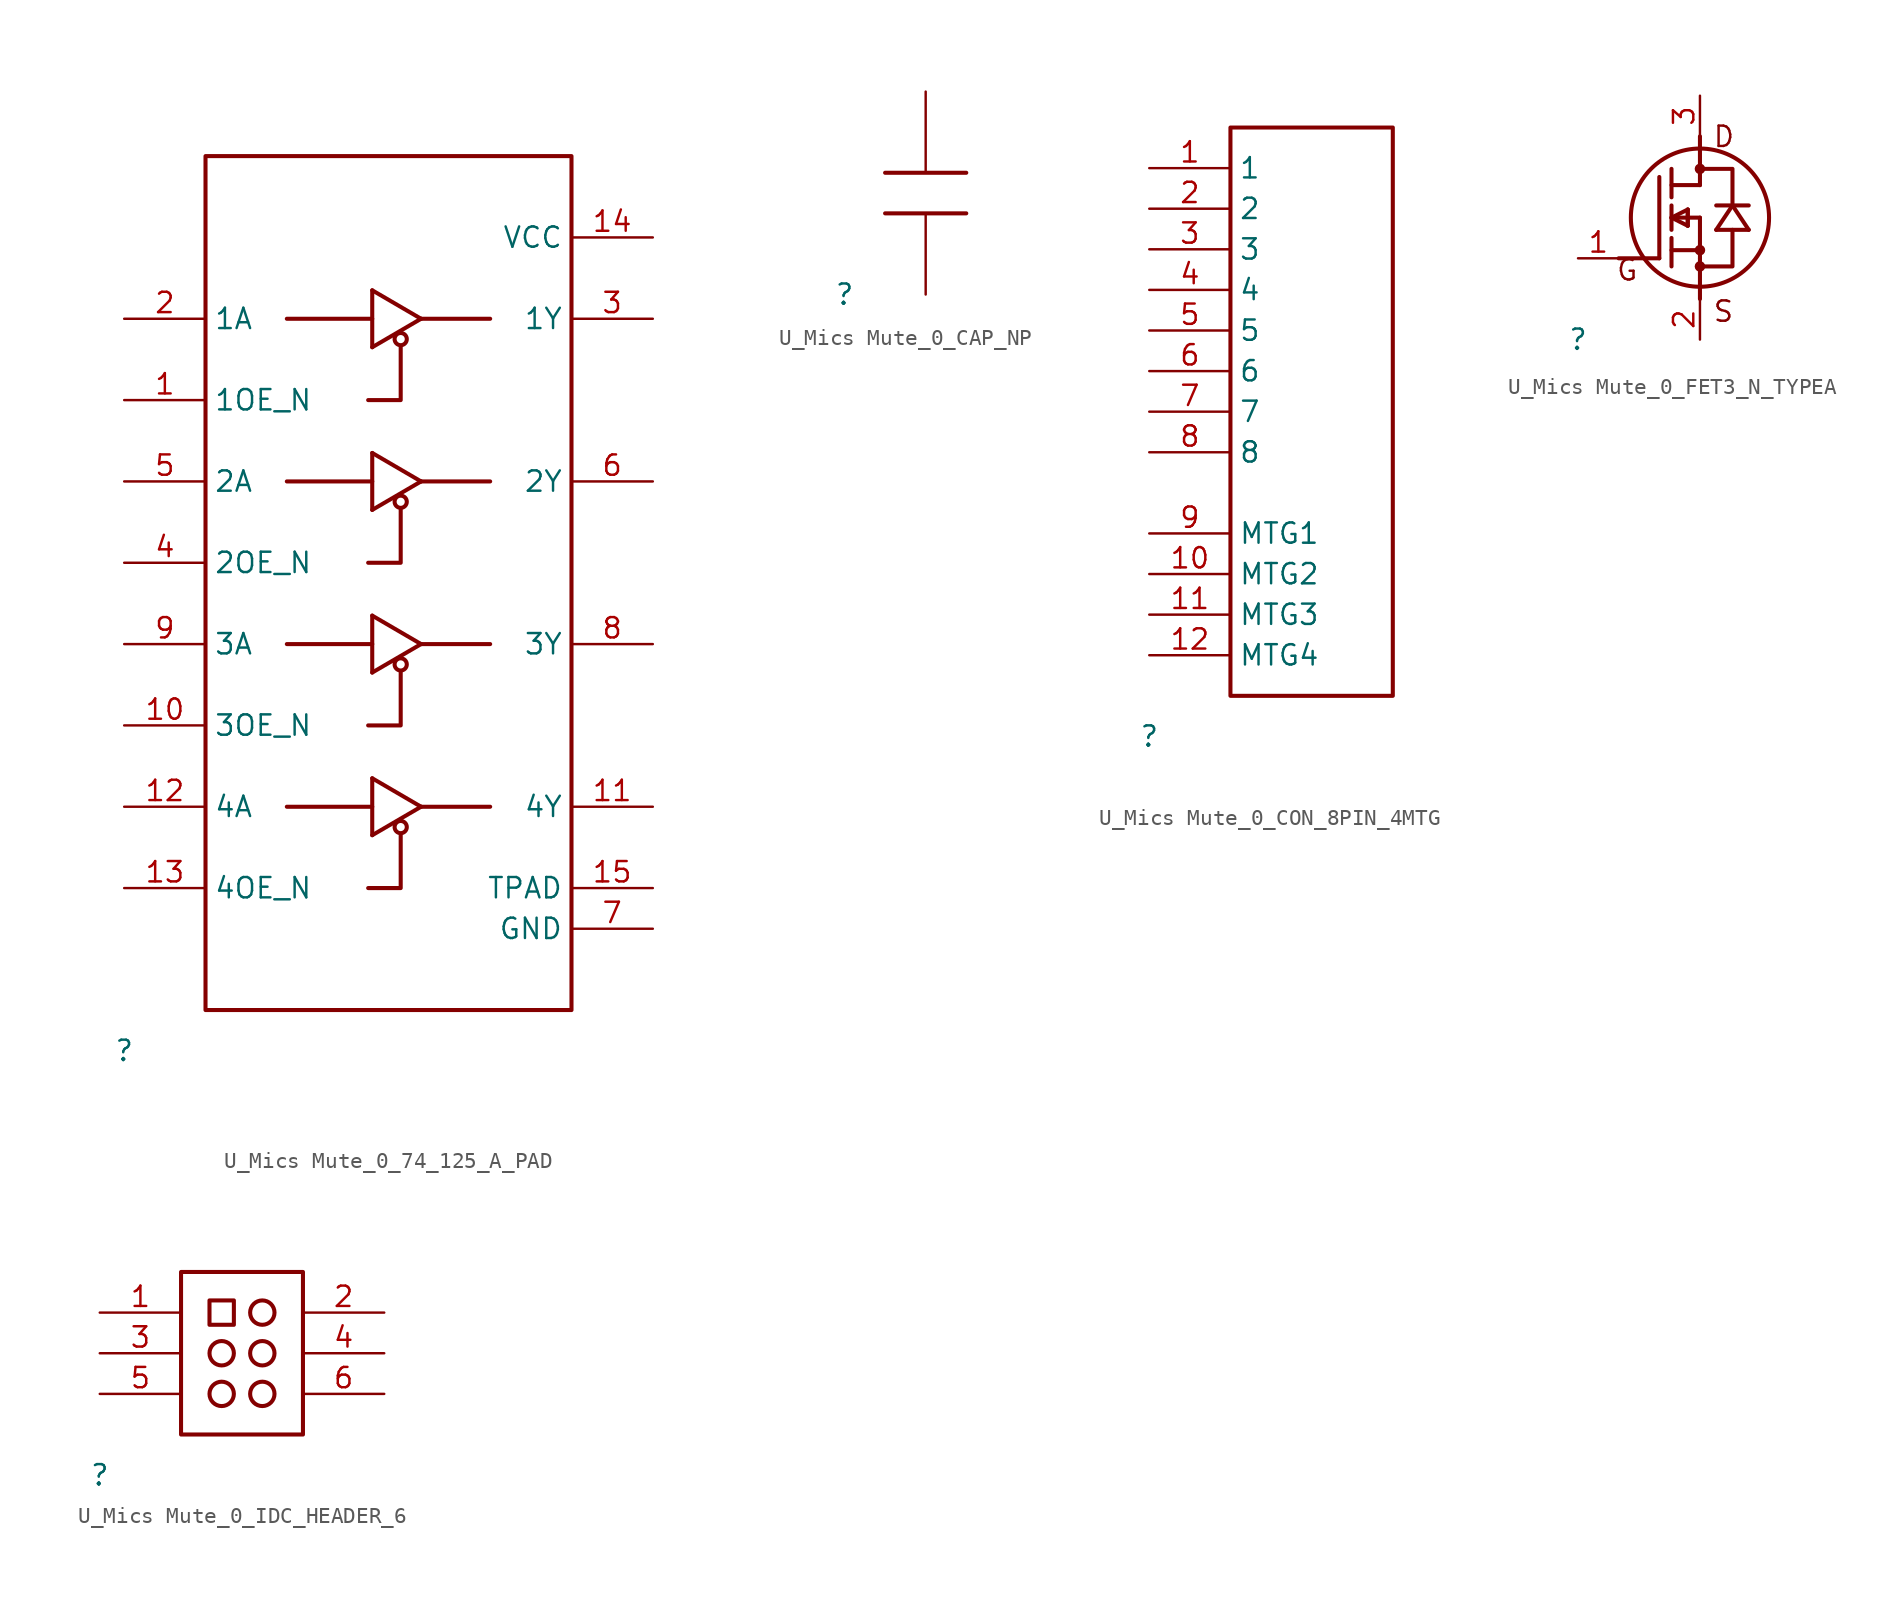
<source format=kicad_sym>
(kicad_symbol_lib
  (version 20231120)
  (generator "kicad_symbol_editor")
  (generator_version "8.0")
  (symbol "U_Mics Mute_0_74_125_A_PAD"
    (property "Reference" ""
      (at 0 0 0)
      (effects (font (size 1.27 1.27))))
    (property "Value" ""
      (at 0 0 0)
      (effects (font (size 1.27 1.27))))
    (symbol "U_Mics Mute_0_74_125_A_PAD_1_0"
      (polyline (pts (xy 10.16 15.24) (xy 15.494 15.24)) (stroke (width 0.254) (type solid)) (fill (type none)))
      (polyline (pts (xy 10.16 25.4) (xy 15.494 25.4)) (stroke (width 0.254) (type solid)) (fill (type none)))
      (polyline (pts (xy 10.16 35.56) (xy 15.494 35.56)) (stroke (width 0.254) (type solid)) (fill (type none)))
      (polyline (pts (xy 10.16 45.72) (xy 15.494 45.72)) (stroke (width 0.254) (type solid)) (fill (type none)))
      (polyline (pts (xy 15.494 13.462) (xy 15.494 17.018)) (stroke (width 0.254) (type solid)) (fill (type none)))
      (polyline (pts (xy 15.494 17.018) (xy 18.542 15.24)) (stroke (width 0.254) (type solid)) (fill (type none)))
      (polyline (pts (xy 15.494 23.622) (xy 15.494 27.178)) (stroke (width 0.254) (type solid)) (fill (type none)))
      (polyline (pts (xy 15.494 27.178) (xy 18.542 25.4)) (stroke (width 0.254) (type solid)) (fill (type none)))
      (polyline (pts (xy 15.494 33.782) (xy 15.494 37.338)) (stroke (width 0.254) (type solid)) (fill (type none)))
      (polyline (pts (xy 15.494 37.338) (xy 18.542 35.56)) (stroke (width 0.254) (type solid)) (fill (type none)))
      (polyline (pts (xy 15.494 43.942) (xy 15.494 47.498)) (stroke (width 0.254) (type solid)) (fill (type none)))
      (polyline (pts (xy 15.494 47.498) (xy 18.542 45.72)) (stroke (width 0.254) (type solid)) (fill (type none)))
      (polyline (pts (xy 18.542 15.24) (xy 15.494 13.462)) (stroke (width 0.254) (type solid)) (fill (type none)))
      (polyline (pts (xy 18.542 15.24) (xy 22.86 15.24)) (stroke (width 0.254) (type solid)) (fill (type none)))
      (polyline (pts (xy 18.542 25.4) (xy 15.494 23.622)) (stroke (width 0.254) (type solid)) (fill (type none)))
      (polyline (pts (xy 18.542 25.4) (xy 22.86 25.4)) (stroke (width 0.254) (type solid)) (fill (type none)))
      (polyline (pts (xy 18.542 35.56) (xy 15.494 33.782)) (stroke (width 0.254) (type solid)) (fill (type none)))
      (polyline (pts (xy 18.542 35.56) (xy 22.86 35.56)) (stroke (width 0.254) (type solid)) (fill (type none)))
      (polyline (pts (xy 18.542 45.72) (xy 15.494 43.942)) (stroke (width 0.254) (type solid)) (fill (type none)))
      (polyline (pts (xy 18.542 45.72) (xy 22.86 45.72)) (stroke (width 0.254) (type solid)) (fill (type none)))
      (polyline (pts (xy 17.272 13.462) (xy 17.272 10.16) (xy 15.24 10.16)) (stroke (width 0.254) (type solid)) (fill (type none)))
      (polyline (pts (xy 17.272 23.622) (xy 17.272 20.32) (xy 15.24 20.32)) (stroke (width 0.254) (type solid)) (fill (type none)))
      (polyline (pts (xy 17.272 33.782) (xy 17.272 30.48) (xy 15.24 30.48)) (stroke (width 0.254) (type solid)) (fill (type none)))
      (polyline (pts (xy 17.272 43.942) (xy 17.272 40.64) (xy 15.24 40.64)) (stroke (width 0.254) (type solid)) (fill (type none)))
      (polyline (pts (xy 5.08 2.54) (xy 27.94 2.54) (xy 27.94 55.88) (xy 5.08 55.88) (xy 5.08 2.54)) (stroke (width 0.254) (type solid)) (fill (type none)))
      (circle (center 17.272 13.97) (radius 0.381) (stroke (width 0.254) (type solid)) (fill (type none)))
      (circle (center 17.272 24.13) (radius 0.381) (stroke (width 0.254) (type solid)) (fill (type none)))
      (circle (center 17.272 34.29) (radius 0.381) (stroke (width 0.254) (type solid)) (fill (type none)))
      (circle (center 17.272 44.45) (radius 0.381) (stroke (width 0.254) (type solid)) (fill (type none)))
      (pin input line (at 0 40.64 0) (length 5.08) (name "1OE_N" (effects (font (size 1.27 1.27)))) (number "1" (effects (font (size 1.27 1.27)))))
      (pin input line (at 0 20.32 0) (length 5.08) (name "3OE_N" (effects (font (size 1.27 1.27)))) (number "10" (effects (font (size 1.27 1.27)))))
      (pin output line (at 33.02 15.24 180) (length 5.08) (name "4Y" (effects (font (size 1.27 1.27)))) (number "11" (effects (font (size 1.27 1.27)))))
      (pin input line (at 0 15.24 0) (length 5.08) (name "4A" (effects (font (size 1.27 1.27)))) (number "12" (effects (font (size 1.27 1.27)))))
      (pin input line (at 0 10.16 0) (length 5.08) (name "4OE_N" (effects (font (size 1.27 1.27)))) (number "13" (effects (font (size 1.27 1.27)))))
      (pin power_in line (at 33.02 50.8 180) (length 5.08) (name "VCC" (effects (font (size 1.27 1.27)))) (number "14" (effects (font (size 1.27 1.27)))))
      (pin passive line (at 33.02 10.16 180) (length 5.08) (name "TPAD" (effects (font (size 1.27 1.27)))) (number "15" (effects (font (size 1.27 1.27)))))
      (pin input line (at 0 45.72 0) (length 5.08) (name "1A" (effects (font (size 1.27 1.27)))) (number "2" (effects (font (size 1.27 1.27)))))
      (pin output line (at 33.02 45.72 180) (length 5.08) (name "1Y" (effects (font (size 1.27 1.27)))) (number "3" (effects (font (size 1.27 1.27)))))
      (pin input line (at 0 30.48 0) (length 5.08) (name "2OE_N" (effects (font (size 1.27 1.27)))) (number "4" (effects (font (size 1.27 1.27)))))
      (pin input line (at 0 35.56 0) (length 5.08) (name "2A" (effects (font (size 1.27 1.27)))) (number "5" (effects (font (size 1.27 1.27)))))
      (pin output line (at 33.02 35.56 180) (length 5.08) (name "2Y" (effects (font (size 1.27 1.27)))) (number "6" (effects (font (size 1.27 1.27)))))
      (pin power_in line (at 33.02 7.62 180) (length 5.08) (name "GND" (effects (font (size 1.27 1.27)))) (number "7" (effects (font (size 1.27 1.27)))))
      (pin output line (at 33.02 25.4 180) (length 5.08) (name "3Y" (effects (font (size 1.27 1.27)))) (number "8" (effects (font (size 1.27 1.27)))))
      (pin input line (at 0 25.4 0) (length 5.08) (name "3A" (effects (font (size 1.27 1.27)))) (number "9" (effects (font (size 1.27 1.27)))))))
  (symbol "U_Mics Mute_0_CAP_NP"
    (property "Reference" ""
      (at 0 0 0)
      (effects (font (size 1.27 1.27))))
    (property "Value" ""
      (at 0 0 0)
      (effects (font (size 1.27 1.27))))
    (symbol "U_Mics Mute_0_CAP_NP_1_0"
      (polyline (pts (xy 2.54 7.62) (xy 7.62 7.62)) (stroke (width 0.254) (type solid)) (fill (type none)))
      (polyline (pts (xy 7.62 5.08) (xy 2.54 5.08)) (stroke (width 0.254) (type solid)) (fill (type none)))
      (pin passive line (at 5.08 12.7 270) (length 5.08) (name "1" (effects (font (size 0 0)))) (number "1" (effects (font (size 0 0)))))
      (pin passive line (at 5.08 0 90) (length 5.08) (name "2" (effects (font (size 0 0)))) (number "2" (effects (font (size 0 0)))))))
  (symbol "U_Mics Mute_0_CON_8PIN_4MTG"
    (property "Reference" ""
      (at 0 0 0)
      (effects (font (size 1.27 1.27))))
    (property "Value" ""
      (at 0 0 0)
      (effects (font (size 1.27 1.27))))
    (symbol "U_Mics Mute_0_CON_8PIN_4MTG_1_0"
      (polyline (pts (xy 5.08 2.54) (xy 15.24 2.54) (xy 15.24 38.1) (xy 5.08 38.1) (xy 5.08 2.54)) (stroke (width 0.254) (type solid)) (fill (type none)))
      (pin passive line (at 0 35.56 0) (length 5.08) (name "1" (effects (font (size 1.27 1.27)))) (number "1" (effects (font (size 1.27 1.27)))))
      (pin passive line (at 0 10.16 0) (length 5.08) (name "MTG2" (effects (font (size 1.27 1.27)))) (number "10" (effects (font (size 1.27 1.27)))))
      (pin passive line (at 0 7.62 0) (length 5.08) (name "MTG3" (effects (font (size 1.27 1.27)))) (number "11" (effects (font (size 1.27 1.27)))))
      (pin passive line (at 0 5.08 0) (length 5.08) (name "MTG4" (effects (font (size 1.27 1.27)))) (number "12" (effects (font (size 1.27 1.27)))))
      (pin passive line (at 0 33.02 0) (length 5.08) (name "2" (effects (font (size 1.27 1.27)))) (number "2" (effects (font (size 1.27 1.27)))))
      (pin passive line (at 0 30.48 0) (length 5.08) (name "3" (effects (font (size 1.27 1.27)))) (number "3" (effects (font (size 1.27 1.27)))))
      (pin passive line (at 0 27.94 0) (length 5.08) (name "4" (effects (font (size 1.27 1.27)))) (number "4" (effects (font (size 1.27 1.27)))))
      (pin passive line (at 0 25.4 0) (length 5.08) (name "5" (effects (font (size 1.27 1.27)))) (number "5" (effects (font (size 1.27 1.27)))))
      (pin passive line (at 0 22.86 0) (length 5.08) (name "6" (effects (font (size 1.27 1.27)))) (number "6" (effects (font (size 1.27 1.27)))))
      (pin passive line (at 0 20.32 0) (length 5.08) (name "7" (effects (font (size 1.27 1.27)))) (number "7" (effects (font (size 1.27 1.27)))))
      (pin passive line (at 0 17.78 0) (length 5.08) (name "8" (effects (font (size 1.27 1.27)))) (number "8" (effects (font (size 1.27 1.27)))))
      (pin passive line (at 0 12.7 0) (length 5.08) (name "MTG1" (effects (font (size 1.27 1.27)))) (number "9" (effects (font (size 1.27 1.27)))))))
  (symbol "U_Mics Mute_0_FET3_N_TYPEA"
    (property "Reference" ""
      (at 0 0 0)
      (effects (font (size 1.27 1.27))))
    (property "Value" ""
      (at 0 0 0)
      (effects (font (size 1.27 1.27))))
    (symbol "U_Mics Mute_0_FET3_N_TYPEA_1_0"
      (polyline (pts (xy 5.08 5.08) (xy 2.54 5.08)) (stroke (width 0.254) (type solid)) (fill (type none)))
      (polyline (pts (xy 5.08 10.16) (xy 5.08 5.08)) (stroke (width 0.254) (type solid)) (fill (type none)))
      (polyline (pts (xy 5.842 5.588) (xy 7.62 5.588)) (stroke (width 0.254) (type solid)) (fill (type none)))
      (polyline (pts (xy 5.842 6.35) (xy 5.842 4.572)) (stroke (width 0.254) (type solid)) (fill (type none)))
      (polyline (pts (xy 5.842 7.62) (xy 6.858 8.128)) (stroke (width 0.254) (type solid)) (fill (type none)))
      (polyline (pts (xy 5.842 8.382) (xy 5.842 6.858)) (stroke (width 0.254) (type solid)) (fill (type none)))
      (polyline (pts (xy 5.842 10.668) (xy 5.842 8.89)) (stroke (width 0.254) (type solid)) (fill (type none)))
      (polyline (pts (xy 6.858 7.112) (xy 5.842 7.62)) (stroke (width 0.254) (type solid)) (fill (type none)))
      (polyline (pts (xy 6.858 8.128) (xy 6.858 7.112)) (stroke (width 0.254) (type solid)) (fill (type none)))
      (polyline (pts (xy 6.858 8.128) (xy 6.858 7.112)) (stroke (width 0.254) (type solid)) (fill (type none)))
      (polyline (pts (xy 7.62 5.08) (xy 7.62 2.54)) (stroke (width 0.254) (type solid)) (fill (type none)))
      (polyline (pts (xy 7.62 5.08) (xy 7.62 7.62)) (stroke (width 0.254) (type solid)) (fill (type none)))
      (polyline (pts (xy 7.62 7.62) (xy 5.842 7.62)) (stroke (width 0.254) (type solid)) (fill (type none)))
      (polyline (pts (xy 7.62 9.652) (xy 5.842 9.652)) (stroke (width 0.254) (type solid)) (fill (type none)))
      (polyline (pts (xy 7.62 12.7) (xy 7.62 9.652)) (stroke (width 0.254) (type solid)) (fill (type none)))
      (polyline (pts (xy 8.636 6.858) (xy 9.652 8.382)) (stroke (width 0.254) (type solid)) (fill (type none)))
      (polyline (pts (xy 8.636 8.382) (xy 10.668 8.382)) (stroke (width 0.254) (type solid)) (fill (type none)))
      (polyline (pts (xy 9.652 8.382) (xy 10.668 6.858)) (stroke (width 0.254) (type solid)) (fill (type none)))
      (polyline (pts (xy 10.668 6.858) (xy 8.636 6.858)) (stroke (width 0.254) (type solid)) (fill (type none)))
      (polyline (pts (xy 9.652 6.858) (xy 9.652 4.572) (xy 7.62 4.572)) (stroke (width 0.254) (type solid)) (fill (type none)))
      (polyline (pts (xy 9.652 8.382) (xy 9.652 10.668) (xy 7.62 10.668)) (stroke (width 0.254) (type solid)) (fill (type none)))
      (circle (center 7.62 4.572) (radius 0.203) (stroke (width 0.254) (type solid)) (fill (type none)))
      (circle (center 7.62 5.588) (radius 0.203) (stroke (width 0.254) (type solid)) (fill (type none)))
      (circle (center 7.62 7.62) (radius 4.318) (stroke (width 0.254) (type solid)) (fill (type none)))
      (circle (center 7.62 10.668) (radius 0.203) (stroke (width 0.254) (type solid)) (fill (type none)))
      (text "D" (at 8.382 11.938 0) (effects (font (size 1.27 1.27)) (justify left bottom)))
      (text "G" (at 3.81 5.08 0) (effects (font (size 1.27 1.27)) (justify right top)))
      (text "S" (at 8.382 1.016 0) (effects (font (size 1.27 1.27)) (justify left bottom)))
      (pin passive line (at 0 5.08 0) (length 2.54) (name "G" (effects (font (size 0 0)))) (number "1" (effects (font (size 1.27 1.27)))))
      (pin passive line (at 7.62 0 90) (length 2.54) (name "S" (effects (font (size 0 0)))) (number "2" (effects (font (size 1.27 1.27)))))
      (pin passive line (at 7.62 15.24 270) (length 2.54) (name "D" (effects (font (size 0 0)))) (number "3" (effects (font (size 1.27 1.27)))))))
  (symbol "U_Mics Mute_0_IDC_HEADER_6"
    (property "Reference" ""
      (at 0 0 0)
      (effects (font (size 1.27 1.27))))
    (property "Value" ""
      (at 0 0 0)
      (effects (font (size 1.27 1.27))))
    (symbol "U_Mics Mute_0_IDC_HEADER_6_1_0"
      (polyline (pts (xy 5.08 2.54) (xy 12.7 2.54) (xy 12.7 12.7) (xy 5.08 12.7) (xy 5.08 2.54)) (stroke (width 0.254) (type solid)) (fill (type none)))
      (polyline (pts (xy 6.858 9.398) (xy 8.382 9.398) (xy 8.382 10.922) (xy 6.858 10.922) (xy 6.858 9.398)) (stroke (width 0.254) (type solid)) (fill (type none)))
      (circle (center 7.62 5.08) (radius 0.762) (stroke (width 0.254) (type solid)) (fill (type none)))
      (circle (center 7.62 7.62) (radius 0.762) (stroke (width 0.254) (type solid)) (fill (type none)))
      (circle (center 10.16 5.08) (radius 0.762) (stroke (width 0.254) (type solid)) (fill (type none)))
      (circle (center 10.16 7.62) (radius 0.762) (stroke (width 0.254) (type solid)) (fill (type none)))
      (circle (center 10.16 10.16) (radius 0.762) (stroke (width 0.254) (type solid)) (fill (type none)))
      (pin passive line (at 0 10.16 0) (length 5.08) (name "1" (effects (font (size 0 0)))) (number "1" (effects (font (size 1.27 1.27)))))
      (pin passive line (at 17.78 10.16 180) (length 5.08) (name "2" (effects (font (size 0 0)))) (number "2" (effects (font (size 1.27 1.27)))))
      (pin passive line (at 0 7.62 0) (length 5.08) (name "3" (effects (font (size 0 0)))) (number "3" (effects (font (size 1.27 1.27)))))
      (pin passive line (at 17.78 7.62 180) (length 5.08) (name "4" (effects (font (size 0 0)))) (number "4" (effects (font (size 1.27 1.27)))))
      (pin passive line (at 0 5.08 0) (length 5.08) (name "5" (effects (font (size 0 0)))) (number "5" (effects (font (size 1.27 1.27)))))
      (pin passive line (at 17.78 5.08 180) (length 5.08) (name "6" (effects (font (size 0 0)))) (number "6" (effects (font (size 1.27 1.27))))))))
</source>
